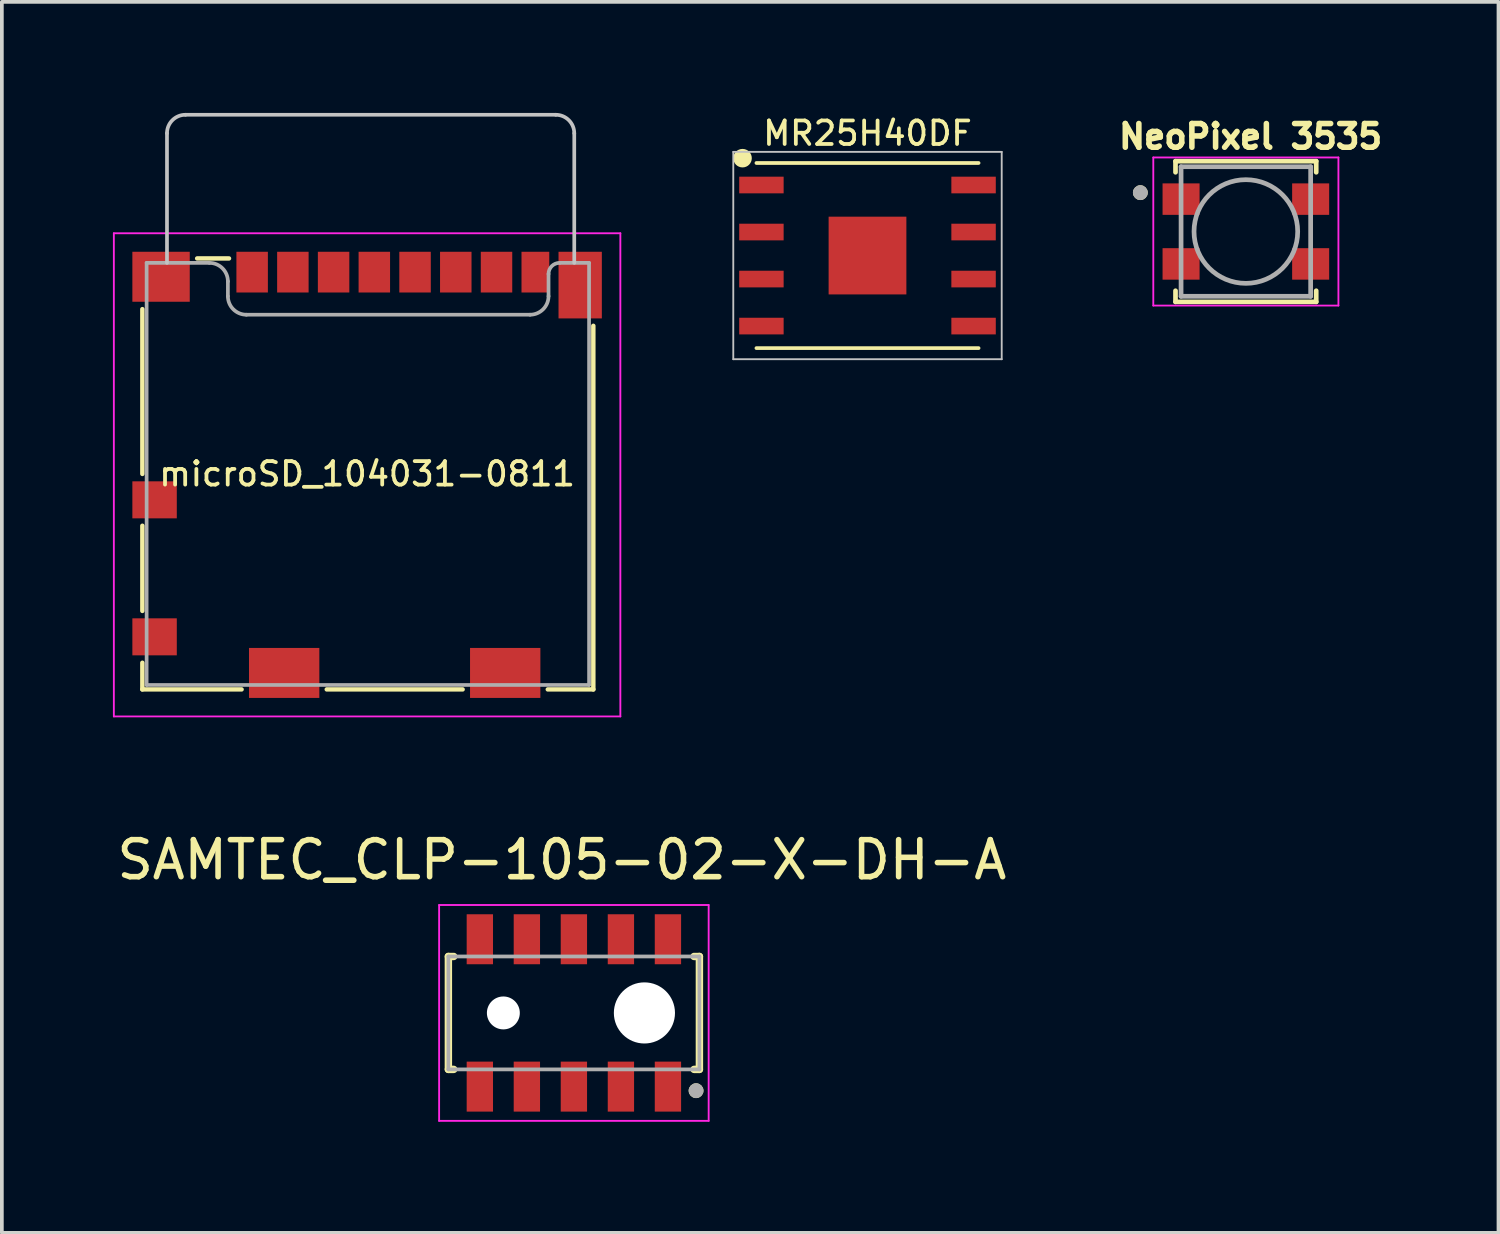
<source format=kicad_pcb>
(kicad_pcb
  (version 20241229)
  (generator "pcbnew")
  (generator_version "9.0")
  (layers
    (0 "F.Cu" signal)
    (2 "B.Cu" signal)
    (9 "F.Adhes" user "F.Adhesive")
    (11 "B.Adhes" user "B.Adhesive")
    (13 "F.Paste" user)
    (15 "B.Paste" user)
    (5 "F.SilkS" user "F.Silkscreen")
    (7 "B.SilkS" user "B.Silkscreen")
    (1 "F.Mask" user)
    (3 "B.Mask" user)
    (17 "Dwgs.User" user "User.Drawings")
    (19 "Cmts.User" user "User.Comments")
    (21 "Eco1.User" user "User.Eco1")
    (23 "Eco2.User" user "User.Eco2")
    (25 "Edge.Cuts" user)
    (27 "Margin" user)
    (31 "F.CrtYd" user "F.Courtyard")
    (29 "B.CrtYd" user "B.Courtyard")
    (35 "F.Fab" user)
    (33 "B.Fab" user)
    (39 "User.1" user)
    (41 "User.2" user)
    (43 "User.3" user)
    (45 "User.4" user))
  (footprint "SAMTEC_CLP-105-02-X-DH-A"
    (layer "F.Cu")
    (at 12.45 24.308)
    (property "Reference" "SAMTEC_CLP-105-02-X-DH-A" (at -0.325 -4.135 0) (layer "F.SilkS") (effects (font (size 1 1) (thickness 0.15))))
    (attr through_hole)
    (fp_line (start -3.39 -1.525) (end -3.39 1.525) (stroke (width 0.2) (type solid)) (layer "F.SilkS"))
    (fp_line (start -3.39 1.525) (end -3.245 1.525) (stroke (width 0.2) (type solid)) (layer "F.SilkS"))
    (fp_line (start -3.245 -1.525) (end -3.39 -1.525) (stroke (width 0.2) (type solid)) (layer "F.SilkS"))
    (fp_line (start 3.245 -1.525) (end 3.39 -1.525) (stroke (width 0.2) (type solid)) (layer "F.SilkS"))
    (fp_line (start 3.39 -1.525) (end 3.39 1.525) (stroke (width 0.2) (type solid)) (layer "F.SilkS"))
    (fp_line (start 3.39 1.525) (end 3.245 1.525) (stroke (width 0.2) (type solid)) (layer "F.SilkS"))
    (fp_circle (center 3.3 2.1) (end 3.4 2.1) (stroke (width 0.2) (type solid)) (fill no) (layer "F.SilkS"))
    (fp_line (start -3.64 -2.915) (end 3.64 -2.915) (stroke (width 0.05) (type solid)) (layer "F.CrtYd"))
    (fp_line (start -3.64 2.915) (end -3.64 -2.915) (stroke (width 0.05) (type solid)) (layer "F.CrtYd"))
    (fp_line (start 3.64 -2.915) (end 3.64 2.915) (stroke (width 0.05) (type solid)) (layer "F.CrtYd"))
    (fp_line (start 3.64 2.915) (end -3.64 2.915) (stroke (width 0.05) (type solid)) (layer "F.CrtYd"))
    (fp_line (start -3.39 -1.525) (end -3.39 1.525) (stroke (width 0.1) (type solid)) (layer "F.Fab"))
    (fp_line (start -3.39 1.525) (end 3.39 1.525) (stroke (width 0.1) (type solid)) (layer "F.Fab"))
    (fp_line (start 3.39 -1.525) (end -3.39 -1.525) (stroke (width 0.1) (type solid)) (layer "F.Fab"))
    (fp_line (start 3.39 1.525) (end 3.39 -1.525) (stroke (width 0.1) (type solid)) (layer "F.Fab"))
    (fp_circle (center 3.3 2.1) (end 3.4 2.1) (stroke (width 0.2) (type solid)) (fill no) (layer "F.Fab"))
    (pad "" np_thru_hole circle (at -1.905 0) (size 0.889 0.889) (drill 0.889) (layers "*.Cu" "*.Mask"))
    (pad "" np_thru_hole circle (at 1.905 0) (size 1.651 1.651) (drill 1.651) (layers "*.Cu" "*.Mask"))
    (pad "1" smd rect (at 2.54 1.99) (size 0.711 1.35) (layers "F.Cu" "F.Mask" "F.Paste"))
    (pad "2" smd rect (at 2.54 -1.99) (size 0.711 1.35) (layers "F.Cu" "F.Mask" "F.Paste"))
    (pad "3" smd rect (at 1.27 1.99) (size 0.711 1.35) (layers "F.Cu" "F.Mask" "F.Paste"))
    (pad "4" smd rect (at 1.27 -1.99) (size 0.711 1.35) (layers "F.Cu" "F.Mask" "F.Paste"))
    (pad "5" smd rect (at 0 1.99) (size 0.711 1.35) (layers "F.Cu" "F.Mask" "F.Paste"))
    (pad "6" smd rect (at 0 -1.99) (size 0.711 1.35) (layers "F.Cu" "F.Mask" "F.Paste"))
    (pad "7" smd rect (at -1.27 1.99) (size 0.711 1.35) (layers "F.Cu" "F.Mask" "F.Paste"))
    (pad "8" smd rect (at -1.27 -1.99) (size 0.711 1.35) (layers "F.Cu" "F.Mask" "F.Paste"))
    (pad "9" smd rect (at -2.54 1.99) (size 0.711 1.35) (layers "F.Cu" "F.Mask" "F.Paste"))
    (pad "10" smd rect (at -2.54 -1.99) (size 0.711 1.35) (layers "F.Cu" "F.Mask" "F.Paste")))
  (footprint "NeoPixel 3535"
    (layer "F.Cu")
    (at 30.599 3.203)
    (property "Reference" "NeoPixel 3535" (at 0.127 -2.565 0) (layer "F.SilkS") (effects (font (size 0.64 0.64) (thickness 0.15))))
    (attr through_hole)
    (fp_line (start -1.9 -1.9) (end 1.9 -1.9) (stroke (width 0.127) (type solid)) (layer "F.SilkS"))
    (fp_line (start -1.9 -1.6) (end -1.9 -1.9) (stroke (width 0.127) (type solid)) (layer "F.SilkS"))
    (fp_line (start -1.9 1.6) (end -1.9 1.9) (stroke (width 0.127) (type solid)) (layer "F.SilkS"))
    (fp_line (start -1.9 1.9) (end 1.9 1.9) (stroke (width 0.127) (type solid)) (layer "F.SilkS"))
    (fp_line (start 1.9 -1.9) (end 1.9 -1.6) (stroke (width 0.127) (type solid)) (layer "F.SilkS"))
    (fp_line (start 1.9 1.9) (end 1.9 1.6) (stroke (width 0.127) (type solid)) (layer "F.SilkS"))
    (fp_circle (center -2.85 -1.05) (end -2.75 -1.05) (stroke (width 0.2) (type solid)) (fill no) (layer "F.SilkS"))
    (fp_line (start -2.5 -2) (end 2.5 -2) (stroke (width 0.05) (type solid)) (layer "F.CrtYd"))
    (fp_line (start -2.5 2) (end -2.5 -2) (stroke (width 0.05) (type solid)) (layer "F.CrtYd"))
    (fp_line (start 2.5 -2) (end 2.5 2) (stroke (width 0.05) (type solid)) (layer "F.CrtYd"))
    (fp_line (start 2.5 2) (end -2.5 2) (stroke (width 0.05) (type solid)) (layer "F.CrtYd"))
    (fp_line (start -1.75 -1.75) (end 1.75 -1.75) (stroke (width 0.127) (type solid)) (layer "F.Fab"))
    (fp_line (start -1.75 1.75) (end -1.75 -1.75) (stroke (width 0.127) (type solid)) (layer "F.Fab"))
    (fp_line (start 1.75 -1.75) (end 1.75 1.75) (stroke (width 0.127) (type solid)) (layer "F.Fab"))
    (fp_line (start 1.75 1.75) (end -1.75 1.75) (stroke (width 0.127) (type solid)) (layer "F.Fab"))
    (fp_circle (center -2.85 -1.05) (end -2.75 -1.05) (stroke (width 0.2) (type solid)) (fill no) (layer "F.Fab"))
    (fp_circle (center 0 0) (end 1.4 0) (stroke (width 0.127) (type solid)) (fill no) (layer "F.Fab"))
    (pad "1" smd rect (at -1.75 -0.875 90) (size 0.85 1) (layers "F.Cu" "F.Mask" "F.Paste"))
    (pad "2" smd rect (at -1.75 0.875 90) (size 0.85 1) (layers "F.Cu" "F.Mask" "F.Paste"))
    (pad "3" smd rect (at 1.75 0.875 90) (size 0.85 1) (layers "F.Cu" "F.Mask" "F.Paste"))
    (pad "4" smd rect (at 1.75 -0.875 90) (size 0.85 1) (layers "F.Cu" "F.Mask" "F.Paste")))
  (footprint "microSD_104031-0811"
    (layer "F.Cu")
    (at 6.865 9.75)
    (property "Reference" "microSD_104031-0811" (at 0 0 0) (layer "F.SilkS") (effects (font (size 0.635 0.635) (thickness 0.102))))
    (attr smd)
    (fp_line (start -6.07 -4.45) (end -6.07 0) (stroke (width 0.12) (type solid)) (layer "F.SilkS"))
    (fp_line (start -6.07 1.4) (end -6.07 3.7) (stroke (width 0.12) (type solid)) (layer "F.SilkS"))
    (fp_line (start -6.07 5.1) (end -6.07 5.82) (stroke (width 0.12) (type solid)) (layer "F.SilkS"))
    (fp_line (start -6.07 5.82) (end -3.39 5.82) (stroke (width 0.12) (type solid)) (layer "F.SilkS"))
    (fp_line (start -4.59 -5.82) (end -3.73 -5.82) (stroke (width 0.12) (type solid)) (layer "F.SilkS"))
    (fp_line (start -1.09 5.82) (end 2.58 5.82) (stroke (width 0.12) (type solid)) (layer "F.SilkS"))
    (fp_line (start 4.88 5.82) (end 6.11 5.82) (stroke (width 0.12) (type solid)) (layer "F.SilkS"))
    (fp_line (start 6.11 5.82) (end 6.11 -4) (stroke (width 0.12) (type solid)) (layer "F.SilkS"))
    (fp_line (start -5.405 -9.2) (end -5.405 -5.7) (stroke (width 0.1) (type solid)) (layer "Dwgs.User"))
    (fp_line (start -4.905 -9.7) (end 5.095 -9.7) (stroke (width 0.1) (type solid)) (layer "Dwgs.User"))
    (fp_line (start 5.595 -5.7) (end 5.595 -9.2) (stroke (width 0.1) (type solid)) (layer "Dwgs.User"))
    (fp_arc (start -5.405 -9.2) (mid -5.258553 -9.553553) (end -4.905 -9.7) (stroke (width 0.1) (type solid)) (layer "Dwgs.User"))
    (fp_arc (start 5.095 -9.7) (mid 5.448553 -9.553553) (end 5.595 -9.2) (stroke (width 0.1) (type solid)) (layer "Dwgs.User"))
    (fp_line (start -6.84 -6.5) (end 6.84 -6.5) (stroke (width 0.05) (type solid)) (layer "F.CrtYd"))
    (fp_line (start -6.84 6.55) (end -6.84 -6.5) (stroke (width 0.05) (type solid)) (layer "F.CrtYd"))
    (fp_line (start 6.84 -6.5) (end 6.84 6.55) (stroke (width 0.05) (type solid)) (layer "F.CrtYd"))
    (fp_line (start 6.84 6.55) (end -6.84 6.55) (stroke (width 0.05) (type solid)) (layer "F.CrtYd"))
    (fp_line (start -5.955 -5.7) (end -5.955 5.7) (stroke (width 0.1) (type solid)) (layer "F.Fab"))
    (fp_line (start -5.955 -5.7) (end -4.26 -5.7) (stroke (width 0.1) (type solid)) (layer "F.Fab"))
    (fp_line (start -3.76 -4.8) (end -3.76 -5.2) (stroke (width 0.1) (type solid)) (layer "F.Fab"))
    (fp_line (start 4.4 -4.3) (end -3.26 -4.3) (stroke (width 0.1) (type solid)) (layer "F.Fab"))
    (fp_line (start 4.9 -5.4) (end 4.9 -4.8) (stroke (width 0.1) (type solid)) (layer "F.Fab"))
    (fp_line (start 5.995 -5.7) (end 5.21 -5.7) (stroke (width 0.1) (type solid)) (layer "F.Fab"))
    (fp_line (start 5.995 5.7) (end -5.955 5.7) (stroke (width 0.1) (type solid)) (layer "F.Fab"))
    (fp_line (start 5.995 5.7) (end 5.995 -5.7) (stroke (width 0.1) (type solid)) (layer "F.Fab"))
    (fp_arc (start -4.26 -5.7) (mid -3.906447 -5.553553) (end -3.76 -5.2) (stroke (width 0.1) (type solid)) (layer "F.Fab"))
    (fp_arc (start -3.26 -4.3) (mid -3.613553 -4.446447) (end -3.76 -4.8) (stroke (width 0.1) (type solid)) (layer "F.Fab"))
    (fp_arc (start 4.9 -5.4) (mid 4.987868 -5.612132) (end 5.2 -5.7) (stroke (width 0.1) (type solid)) (layer "F.Fab"))
    (fp_arc (start 4.9 -4.8) (mid 4.753553 -4.446447) (end 4.4 -4.3) (stroke (width 0.1) (type solid)) (layer "F.Fab"))
    (pad "1" smd rect (at -3.105 -5.45) (size 0.85 1.1) (layers "F.Cu" "F.Mask" "F.Paste"))
    (pad "2" smd rect (at -2.005 -5.45) (size 0.85 1.1) (layers "F.Cu" "F.Mask" "F.Paste"))
    (pad "3" smd rect (at -0.905 -5.45) (size 0.85 1.1) (layers "F.Cu" "F.Mask" "F.Paste"))
    (pad "4" smd rect (at 0.195 -5.45) (size 0.85 1.1) (layers "F.Cu" "F.Mask" "F.Paste"))
    (pad "5" smd rect (at 1.295 -5.45) (size 0.85 1.1) (layers "F.Cu" "F.Mask" "F.Paste"))
    (pad "6" smd rect (at 2.395 -5.45) (size 0.85 1.1) (layers "F.Cu" "F.Mask" "F.Paste"))
    (pad "7" smd rect (at 3.495 -5.45) (size 0.85 1.1) (layers "F.Cu" "F.Mask" "F.Paste"))
    (pad "8" smd rect (at 4.545 -5.45) (size 0.75 1.1) (layers "F.Cu" "F.Mask" "F.Paste"))
    (pad "9" smd rect (at -5.74 0.7) (size 1.2 1) (layers "F.Cu" "F.Mask" "F.Paste"))
    (pad "10" smd rect (at -5.74 4.4) (size 1.2 1) (layers "F.Cu" "F.Mask" "F.Paste"))
    (pad "11" smd rect (at -5.565 -5.325) (size 1.55 1.35) (layers "F.Cu" "F.Mask" "F.Paste"))
    (pad "11" smd rect (at -2.24 5.375) (size 1.9 1.35) (layers "F.Cu" "F.Mask" "F.Paste"))
    (pad "11" smd rect (at 3.73 5.375) (size 1.9 1.35) (layers "F.Cu" "F.Mask" "F.Paste"))
    (pad "11" smd rect (at 5.755 -5.1) (size 1.17 1.8) (layers "F.Cu" "F.Mask" "F.Paste")))
  (footprint "MR25H40DF"
    (layer "F.Cu")
    (at 20.38 3.852)
    (property "Reference" "MR25H40DF" (at 0 -3.302 0) (layer "F.SilkS") (effects (font (size 0.635 0.635) (thickness 0.102))))
    (attr through_hole)
    (fp_line (start -3 -2.5) (end 3 -2.5) (stroke (width 0.1) (type solid)) (layer "F.SilkS"))
    (fp_line (start 3 2.5) (end -3 2.5) (stroke (width 0.1) (type solid)) (layer "F.SilkS"))
    (fp_circle (center -3.375 -2.63) (end -3.25 -2.63) (stroke (width 0.25) (type solid)) (fill no) (layer "F.SilkS"))
    (fp_line (start -3.625 -2.8) (end 3.625 -2.8) (stroke (width 0.05) (type solid)) (layer "Dwgs.User"))
    (fp_line (start -3.625 2.8) (end -3.625 -2.8) (stroke (width 0.05) (type solid)) (layer "Dwgs.User"))
    (fp_line (start 3.625 -2.8) (end 3.625 2.8) (stroke (width 0.05) (type solid)) (layer "Dwgs.User"))
    (fp_line (start 3.625 2.8) (end -3.625 2.8) (stroke (width 0.05) (type solid)) (layer "Dwgs.User"))
    (pad "1" smd rect (at -2.865 -1.905) (size 1.2 0.45) (layers "F.Cu" "F.Mask" "F.Paste"))
    (pad "2" smd rect (at -2.865 -0.635) (size 1.2 0.45) (layers "F.Cu" "F.Mask" "F.Paste"))
    (pad "3" smd rect (at -2.865 0.635) (size 1.2 0.45) (layers "F.Cu" "F.Mask" "F.Paste"))
    (pad "4" smd rect (at -2.865 1.905) (size 1.2 0.45) (layers "F.Cu" "F.Mask" "F.Paste"))
    (pad "5" smd rect (at 2.865 1.905) (size 1.2 0.45) (layers "F.Cu" "F.Mask" "F.Paste"))
    (pad "6" smd rect (at 2.865 0.635) (size 1.2 0.45) (layers "F.Cu" "F.Mask" "F.Paste"))
    (pad "7" smd rect (at 2.865 -0.635) (size 1.2 0.45) (layers "F.Cu" "F.Mask" "F.Paste"))
    (pad "8" smd rect (at 2.865 -1.905) (size 1.2 0.45) (layers "F.Cu" "F.Mask" "F.Paste"))
    (pad "9" smd rect (at 0 0 90) (size 2.1 2.1) (layers "F.Cu" "F.Mask" "F.Paste")))
  (gr_rect
    (start -3 -3)
    (end 37.422 30.248)
    (stroke (width 0.1) (type default))
    (fill no)
    (layer "Edge.Cuts")))
</source>
